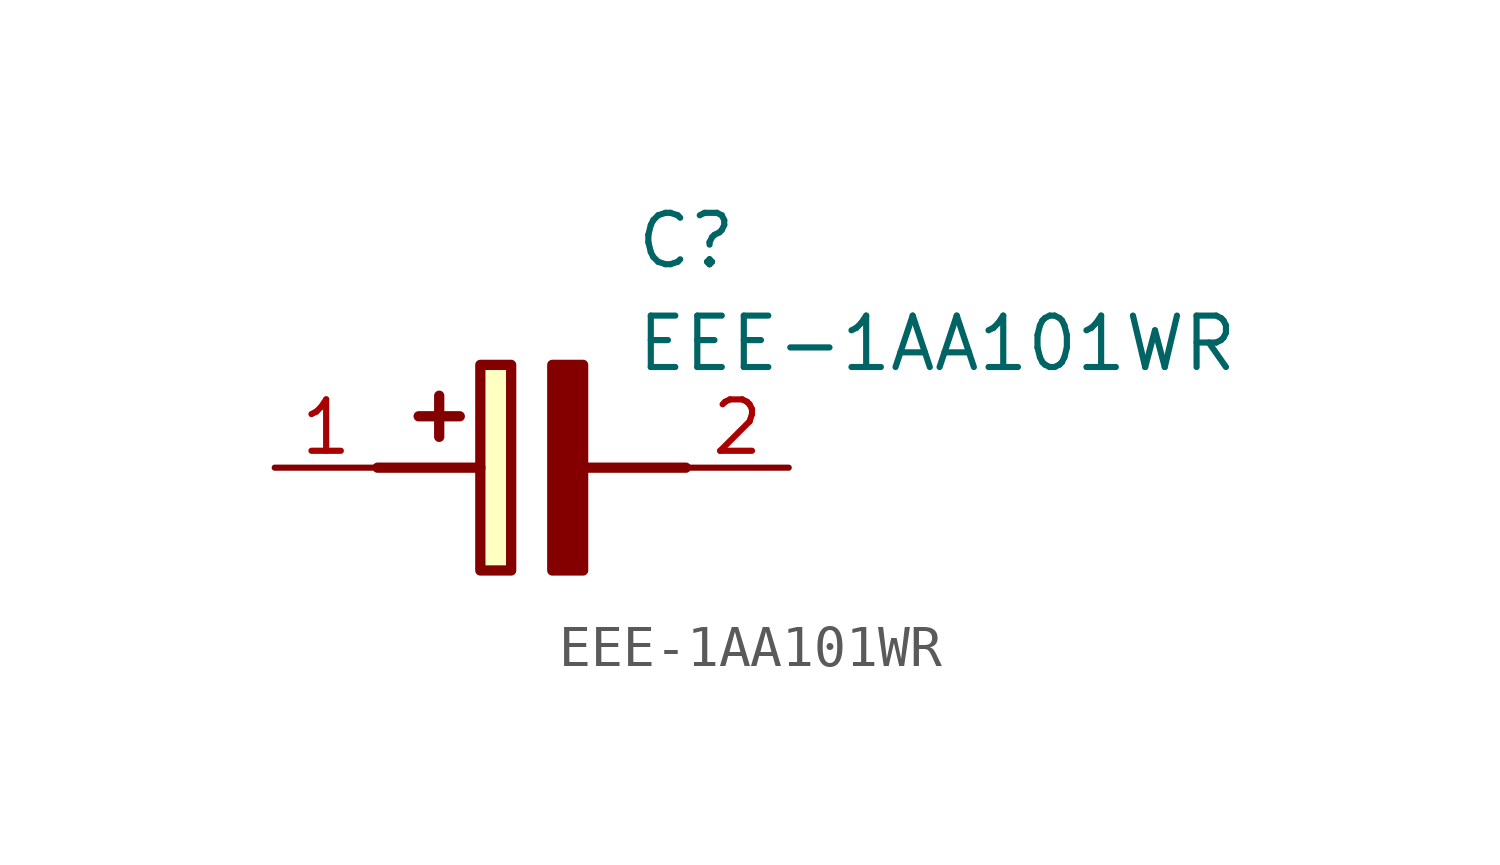
<source format=kicad_sym>
(kicad_symbol_lib
  (version 20211014)
  (generator SamacSys_ECAD_Model)
  (symbol "EEE-1AA101WR"
    (pin_names hide)
    (property "Reference" "C"
      (at 8.89 6.35 0)
      (effects (font (size 1.27 1.27)) (justify left top)))
    (property "Value" "EEE-1AA101WR"
      (at 8.89 3.81 0)
      (effects (font (size 1.27 1.27)) (justify left top)))
    (rectangle
      (start 5.08 2.54)
      (end 5.842 -2.54)
      (stroke (width 0.254) (type default))
      (fill (type background)))
    (polyline
      (pts (xy 4.572 1.27) (xy 3.556 1.27))
      (stroke (width 0.254) (type default))
      (fill (type none)))
    (polyline
      (pts (xy 4.064 1.778) (xy 4.064 0.762))
      (stroke (width 0.254) (type default))
      (fill (type none)))
    (polyline
      (pts (xy 2.54 0) (xy 5.08 0))
      (stroke (width 0.254) (type default))
      (fill (type none)))
    (polyline
      (pts (xy 7.62 0) (xy 10.16 0))
      (stroke (width 0.254) (type default))
      (fill (type none)))
    (polyline
      (pts (xy 7.62 2.54) (xy 7.62 -2.54) (xy 6.858 -2.54) (xy 6.858 2.54) (xy 7.62 2.54))
      (stroke (width 0.254) (type default))
      (fill (type outline)))
    (pin passive line
      (at 0 0 0)
      (length 2.54)
      (name "+" (effects (font (size 1.27 1.27))))
      (number "1" (effects (font (size 1.27 1.27)))))
    (pin passive line
      (at 12.7 0 180)
      (length 2.54)
      (name "-" (effects (font (size 1.27 1.27))))
      (number "2" (effects (font (size 1.27 1.27)))))))
</source>
